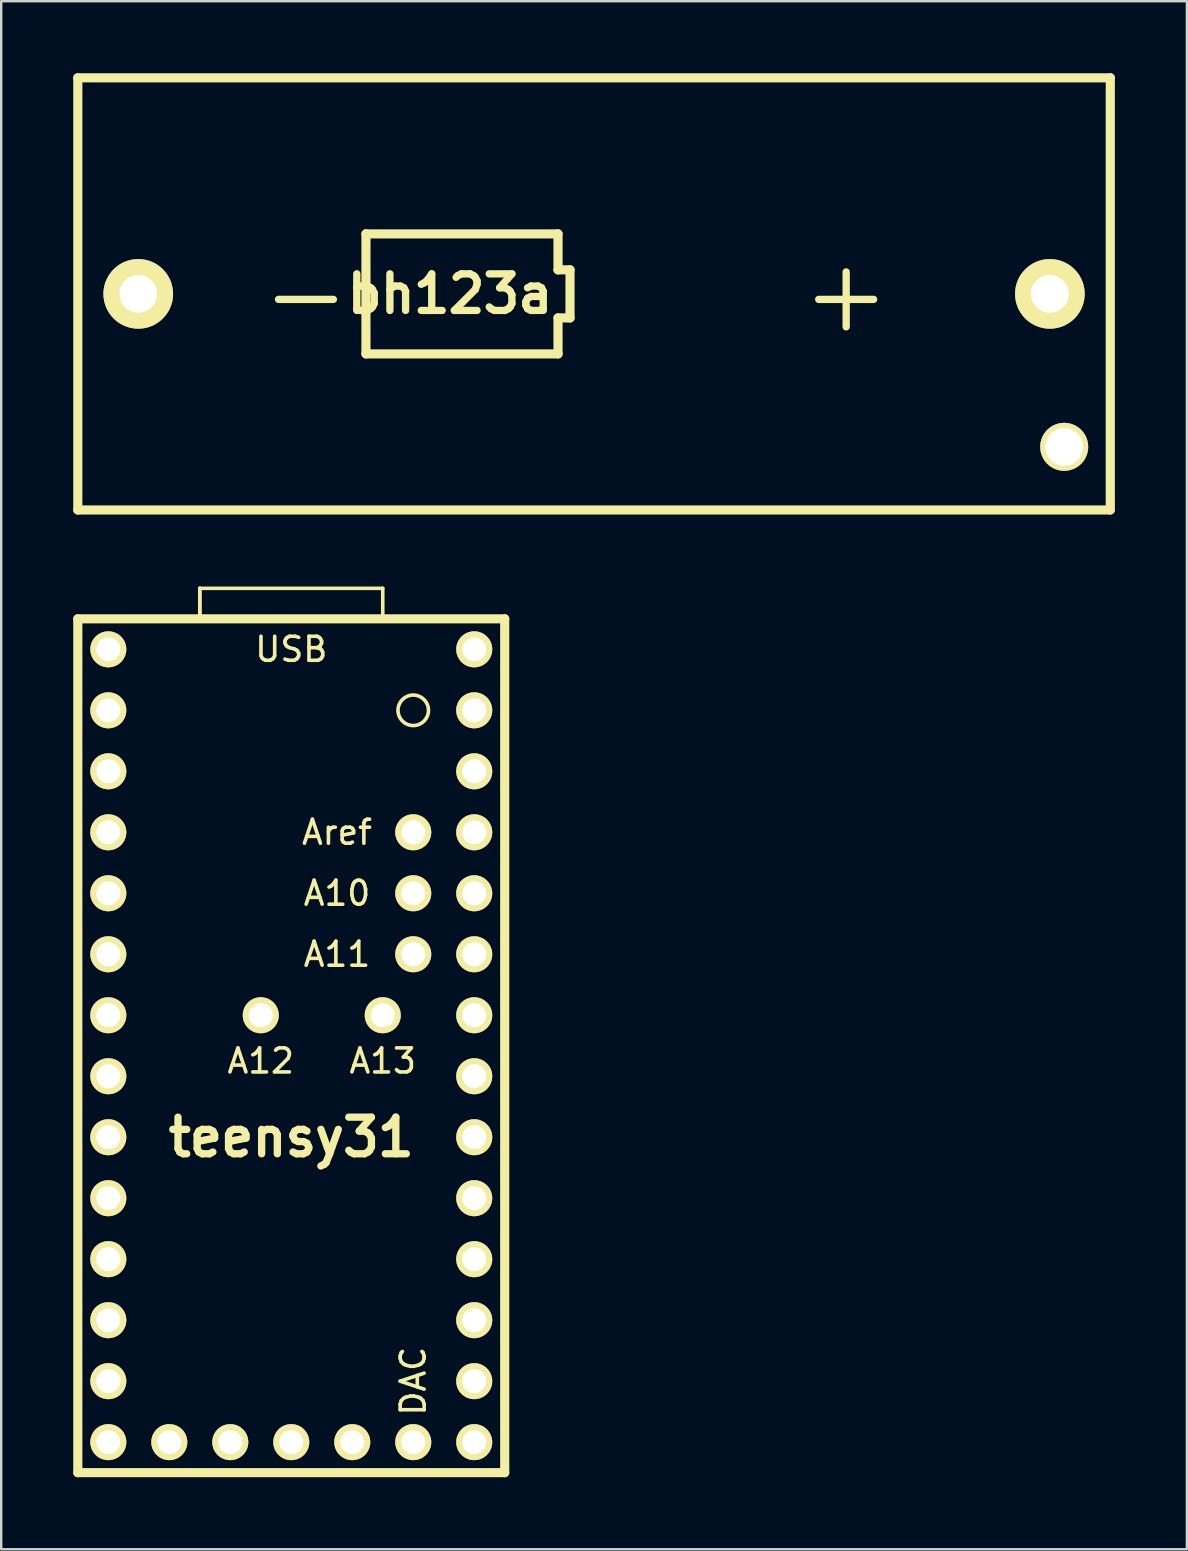
<source format=kicad_pcb>
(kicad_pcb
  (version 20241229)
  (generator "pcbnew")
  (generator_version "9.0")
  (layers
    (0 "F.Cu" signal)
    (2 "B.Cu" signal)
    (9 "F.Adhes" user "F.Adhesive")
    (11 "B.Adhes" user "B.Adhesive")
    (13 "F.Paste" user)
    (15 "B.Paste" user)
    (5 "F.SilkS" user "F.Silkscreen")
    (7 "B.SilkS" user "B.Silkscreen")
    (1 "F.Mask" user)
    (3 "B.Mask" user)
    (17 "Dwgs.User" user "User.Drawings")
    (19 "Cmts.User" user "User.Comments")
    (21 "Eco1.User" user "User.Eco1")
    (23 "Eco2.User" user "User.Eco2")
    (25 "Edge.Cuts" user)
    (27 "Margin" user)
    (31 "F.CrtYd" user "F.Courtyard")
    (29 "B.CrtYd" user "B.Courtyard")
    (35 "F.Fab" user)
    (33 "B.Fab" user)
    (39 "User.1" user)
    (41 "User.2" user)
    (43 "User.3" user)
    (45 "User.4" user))
  (footprint "teensy31"
    (layer "F.Cu")
    (at 9.081 23.994)
    (property "Reference" "teensy31" (at 0 20.32 0) (layer "F.SilkS") (effects (font (size 1.524 1.524) (thickness 0.305))))
    (attr through_hole)
    (fp_line (start -8.89 -1.27) (end 8.89 -1.27) (stroke (width 0.381) (type solid)) (layer "F.SilkS"))
    (fp_line (start -8.89 34.29) (end -8.89 -1.27) (stroke (width 0.381) (type solid)) (layer "F.SilkS"))
    (fp_line (start -3.81 -2.54) (end -3.81 -1.27) (stroke (width 0.15) (type solid)) (layer "F.SilkS"))
    (fp_line (start -3.81 -2.54) (end 3.81 -2.54) (stroke (width 0.15) (type solid)) (layer "F.SilkS"))
    (fp_line (start -3.81 -1.27) (end -3.81 -2.54) (stroke (width 0.15) (type solid)) (layer "F.SilkS"))
    (fp_line (start 3.81 -2.54) (end 3.81 -1.27) (stroke (width 0.15) (type solid)) (layer "F.SilkS"))
    (fp_line (start 8.89 -1.27) (end 8.89 34.29) (stroke (width 0.381) (type solid)) (layer "F.SilkS"))
    (fp_line (start 8.89 34.29) (end -8.89 34.29) (stroke (width 0.381) (type solid)) (layer "F.SilkS"))
    (fp_circle (center 5.08 2.54) (end 5.715 2.54) (stroke (width 0.15) (type solid)) (fill no) (layer "F.SilkS"))
    (fp_text user "A12" (at -1.27 17.145 0) (layer "F.SilkS") (effects (font (size 1 1) (thickness 0.15))))
    (fp_text user "A13" (at 3.81 17.145 0) (layer "F.SilkS") (effects (font (size 1 1) (thickness 0.15))))
    (fp_text user "USB" (at 0 0 0) (layer "F.SilkS") (effects (font (size 1 1) (thickness 0.15))))
    (fp_text user "A10" (at 1.905 10.16 0) (layer "F.SilkS") (effects (font (size 1 1) (thickness 0.15))))
    (fp_text user "A11" (at 1.905 12.7 0) (layer "F.SilkS") (effects (font (size 1 1) (thickness 0.15))))
    (fp_text user "Aref" (at 1.905 7.62 0) (layer "F.SilkS") (effects (font (size 1 1) (thickness 0.15))))
    (fp_text user "DAC" (at 5.08 30.48 90) (layer "F.SilkS") (effects (font (size 1 1) (thickness 0.15))))
    (pad "1" thru_hole circle (at -7.62 0) (size 1.501 1.501) (drill 1.001) (layers "*.Cu" "*.Mask" "F.SilkS"))
    (pad "2" thru_hole circle (at -7.62 2.54) (size 1.501 1.501) (drill 1.001) (layers "*.Cu" "*.Mask" "F.SilkS"))
    (pad "3" thru_hole circle (at -7.62 5.08) (size 1.501 1.501) (drill 1.001) (layers "*.Cu" "*.Mask" "F.SilkS"))
    (pad "4" thru_hole circle (at -7.62 7.62) (size 1.501 1.501) (drill 1.001) (layers "*.Cu" "*.Mask" "F.SilkS"))
    (pad "5" thru_hole circle (at -7.62 10.16) (size 1.501 1.501) (drill 1.001) (layers "*.Cu" "*.Mask" "F.SilkS"))
    (pad "6" thru_hole circle (at -7.62 12.7) (size 1.501 1.501) (drill 1.001) (layers "*.Cu" "*.Mask" "F.SilkS"))
    (pad "7" thru_hole circle (at -7.62 15.24) (size 1.501 1.501) (drill 1.001) (layers "*.Cu" "*.Mask" "F.SilkS"))
    (pad "8" thru_hole circle (at -7.62 17.78) (size 1.501 1.501) (drill 1.001) (layers "*.Cu" "*.Mask" "F.SilkS"))
    (pad "9" thru_hole circle (at -7.62 20.32) (size 1.501 1.501) (drill 1.001) (layers "*.Cu" "*.Mask" "F.SilkS"))
    (pad "10" thru_hole circle (at -7.62 22.86) (size 1.501 1.501) (drill 1.001) (layers "*.Cu" "*.Mask" "F.SilkS"))
    (pad "11" thru_hole circle (at -7.62 25.4) (size 1.501 1.501) (drill 1.001) (layers "*.Cu" "*.Mask" "F.SilkS"))
    (pad "12" thru_hole circle (at -7.62 27.94) (size 1.501 1.501) (drill 1.001) (layers "*.Cu" "*.Mask" "F.SilkS"))
    (pad "13" thru_hole circle (at -7.62 30.48) (size 1.501 1.501) (drill 1.001) (layers "*.Cu" "*.Mask" "F.SilkS"))
    (pad "14" thru_hole circle (at -7.62 33.02) (size 1.501 1.501) (drill 1.001) (layers "*.Cu" "*.Mask" "F.SilkS"))
    (pad "15" thru_hole circle (at -5.08 33.02) (size 1.501 1.501) (drill 1.001) (layers "*.Cu" "*.Mask" "F.SilkS"))
    (pad "16" thru_hole circle (at -2.54 33.02) (size 1.501 1.501) (drill 1.001) (layers "*.Cu" "*.Mask" "F.SilkS"))
    (pad "17" thru_hole circle (at 0 33.02) (size 1.501 1.501) (drill 1.001) (layers "*.Cu" "*.Mask" "F.SilkS"))
    (pad "18" thru_hole circle (at 2.54 33.02) (size 1.501 1.501) (drill 1.001) (layers "*.Cu" "*.Mask" "F.SilkS"))
    (pad "19" thru_hole circle (at 5.08 33.02) (size 1.501 1.501) (drill 1.001) (layers "*.Cu" "*.Mask" "F.SilkS"))
    (pad "20" thru_hole circle (at 7.62 33.02) (size 1.501 1.501) (drill 1.001) (layers "*.Cu" "*.Mask" "F.SilkS"))
    (pad "21" thru_hole circle (at 7.62 30.48) (size 1.501 1.501) (drill 1.001) (layers "*.Cu" "*.Mask" "F.SilkS"))
    (pad "22" thru_hole circle (at 7.62 27.94) (size 1.501 1.501) (drill 1.001) (layers "*.Cu" "*.Mask" "F.SilkS"))
    (pad "23" thru_hole circle (at 7.62 25.4) (size 1.501 1.501) (drill 1.001) (layers "*.Cu" "*.Mask" "F.SilkS"))
    (pad "24" thru_hole circle (at 7.62 22.86) (size 1.501 1.501) (drill 1.001) (layers "*.Cu" "*.Mask" "F.SilkS"))
    (pad "25" thru_hole circle (at 7.62 20.32) (size 1.501 1.501) (drill 1.001) (layers "*.Cu" "*.Mask" "F.SilkS"))
    (pad "26" thru_hole circle (at 7.62 17.78) (size 1.501 1.501) (drill 1.001) (layers "*.Cu" "*.Mask" "F.SilkS"))
    (pad "27" thru_hole circle (at 7.62 15.24) (size 1.501 1.501) (drill 1.001) (layers "*.Cu" "*.Mask" "F.SilkS"))
    (pad "28" thru_hole circle (at 7.62 12.7) (size 1.501 1.501) (drill 1.001) (layers "*.Cu" "*.Mask" "F.SilkS"))
    (pad "29" thru_hole circle (at 7.62 10.16) (size 1.501 1.501) (drill 1.001) (layers "*.Cu" "*.Mask" "F.SilkS"))
    (pad "30" thru_hole circle (at 7.62 7.62) (size 1.501 1.501) (drill 1.001) (layers "*.Cu" "*.Mask" "F.SilkS"))
    (pad "31" thru_hole circle (at 7.62 5.08) (size 1.501 1.501) (drill 1.001) (layers "*.Cu" "*.Mask" "F.SilkS"))
    (pad "32" thru_hole circle (at 7.62 2.54) (size 1.501 1.501) (drill 1.001) (layers "*.Cu" "*.Mask" "F.SilkS"))
    (pad "33" thru_hole circle (at 7.62 0) (size 1.501 1.501) (drill 1.001) (layers "*.Cu" "*.Mask" "F.SilkS"))
    (pad "34" thru_hole circle (at 5.08 12.7) (size 1.501 1.501) (drill 1.001) (layers "*.Cu" "*.Mask" "F.SilkS"))
    (pad "35" thru_hole circle (at 5.08 10.16) (size 1.501 1.501) (drill 1.001) (layers "*.Cu" "*.Mask" "F.SilkS"))
    (pad "36" thru_hole circle (at 5.08 7.62) (size 1.501 1.501) (drill 1.001) (layers "*.Cu" "*.Mask" "F.SilkS"))
    (pad "40" thru_hole circle (at -1.27 15.24) (size 1.501 1.501) (drill 1.001) (layers "*.Cu" "*.Mask" "F.SilkS"))
    (pad "41" thru_hole circle (at 3.81 15.24) (size 1.501 1.501) (drill 1.001) (layers "*.Cu" "*.Mask" "F.SilkS")))
  (footprint "bh123a"
    (layer "F.Cu")
    (at 21.692 9.19)
    (property "Reference" "bh123a" (at -5.999 0 0) (layer "F.SilkS") (effects (font (size 1.524 1.524) (thickness 0.305))))
    (attr through_hole)
    (fp_line (start -21.501 -8.999) (end 21.501 -8.999) (stroke (width 0.381) (type solid)) (layer "F.SilkS"))
    (fp_line (start -21.501 8.999) (end -21.501 -8.999) (stroke (width 0.381) (type solid)) (layer "F.SilkS"))
    (fp_line (start -9.5 -2.499) (end -9.5 2.499) (stroke (width 0.381) (type solid)) (layer "F.SilkS"))
    (fp_line (start -9.5 -2.499) (end -1.501 -2.499) (stroke (width 0.381) (type solid)) (layer "F.SilkS"))
    (fp_line (start -9.5 2.499) (end -1.501 2.499) (stroke (width 0.381) (type solid)) (layer "F.SilkS"))
    (fp_line (start -1.501 -2.499) (end -1.501 -1.001) (stroke (width 0.381) (type solid)) (layer "F.SilkS"))
    (fp_line (start -1.501 -1.001) (end -1.001 -1.001) (stroke (width 0.381) (type solid)) (layer "F.SilkS"))
    (fp_line (start -1.501 1.001) (end -1.001 1.001) (stroke (width 0.381) (type solid)) (layer "F.SilkS"))
    (fp_line (start -1.501 2.499) (end -1.501 1.001) (stroke (width 0.381) (type solid)) (layer "F.SilkS"))
    (fp_line (start -1.001 1.001) (end -1.001 -1.001) (stroke (width 0.381) (type solid)) (layer "F.SilkS"))
    (fp_line (start 21.501 -8.999) (end 21.501 8.999) (stroke (width 0.381) (type solid)) (layer "F.SilkS"))
    (fp_line (start 21.501 8.999) (end -21.501 8.999) (stroke (width 0.381) (type solid)) (layer "F.SilkS"))
    (fp_text user "+" (at 10.5 0 0) (layer "F.SilkS") (effects (font (size 3 3) (thickness 0.305))))
    (fp_text user "-" (at -11.999 0 0) (layer "F.SilkS") (effects (font (size 3 3) (thickness 0.305))))
    (pad "1" thru_hole circle (at 18.984 0) (size 2.901 2.901) (drill 1.57) (layers "*.Cu" "*.Mask" "F.SilkS"))
    (pad "2" thru_hole circle (at -18.984 0) (size 2.901 2.901) (drill 1.57) (layers "*.Cu" "*.Mask" "F.SilkS"))
    (pad "3" thru_hole circle (at 19.581 6.37) (size 1.999 1.999) (drill 1.57) (layers "*.Cu" "*.Mask" "F.SilkS")))
  (gr_rect
    (start -3 -3)
    (end 46.383 61.475)
    (stroke (width 0.1) (type default))
    (fill no)
    (layer "Edge.Cuts")))
</source>
